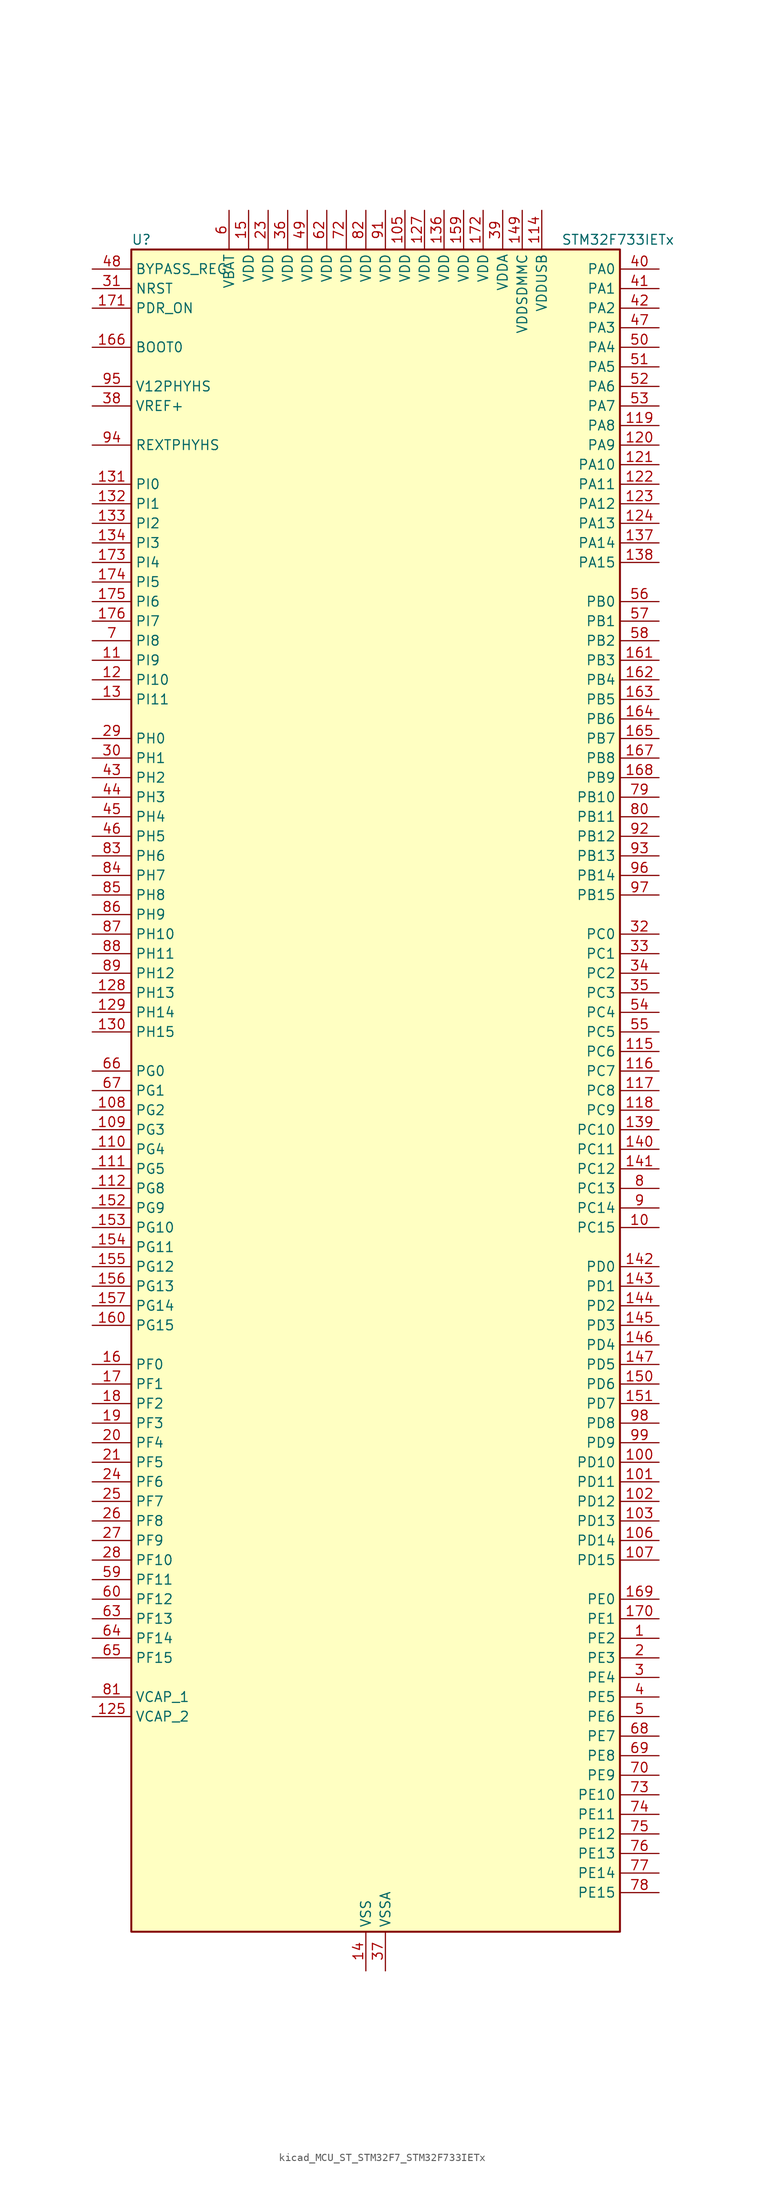
<source format=kicad_sym>
(kicad_symbol_lib
  (version 20220914)
  (generator kicad_symbol_editor)
  (symbol "kicad_MCU_ST_STM32F7_STM32F733IETx"
    (property "Reference" "U"
      (at -30.48 110.49 0)
      (effects (font (size 1.27 1.27)) (justify left)))
    (property "Value" "STM32F733IETx"
      (at 25.4 110.49 0)
      (effects (font (size 1.27 1.27)) (justify left)))
    (property "ki_locked" ""
      (at 0 0 0)
      (effects (font (size 1.27 1.27))))
    (symbol "kicad_MCU_ST_STM32F7_STM32F733IETx_0_1"
      (rectangle (start -30.48 -109.22) (end 33.02 109.22) (stroke (width 0.254) (type default)) (fill (type background))))
    (symbol "kicad_MCU_ST_STM32F7_STM32F733IETx_1_1"
      (pin bidirectional line (at 38.1 -71.12 180) (length 5.08) (name "PE2" (effects (font (size 1.27 1.27)))) (number "1" (effects (font (size 1.27 1.27)))) (alternate "FMC_A23" bidirectional line) (alternate "QUADSPI_BK1_IO2" bidirectional line) (alternate "SAI1_MCLK_A" bidirectional line) (alternate "SPI4_SCK" bidirectional line) (alternate "SYS_TRACECLK" bidirectional line))
      (pin bidirectional line (at 38.1 -17.78 180) (length 5.08) (name "PC15" (effects (font (size 1.27 1.27)))) (number "10" (effects (font (size 1.27 1.27)))) (alternate "RCC_OSC32_OUT" bidirectional line))
      (pin bidirectional line (at 38.1 -48.26 180) (length 5.08) (name "PD10" (effects (font (size 1.27 1.27)))) (number "100" (effects (font (size 1.27 1.27)))) (alternate "FMC_D15" bidirectional line) (alternate "FMC_DA15" bidirectional line) (alternate "USART3_CK" bidirectional line))
      (pin bidirectional line (at 38.1 -50.8 180) (length 5.08) (name "PD11" (effects (font (size 1.27 1.27)))) (number "101" (effects (font (size 1.27 1.27)))) (alternate "ADC1_EXTI11" bidirectional line) (alternate "ADC2_EXTI11" bidirectional line) (alternate "ADC3_EXTI11" bidirectional line) (alternate "FMC_A16" bidirectional line) (alternate "FMC_CLE" bidirectional line) (alternate "QUADSPI_BK1_IO0" bidirectional line) (alternate "SAI2_SD_A" bidirectional line) (alternate "USART3_CTS" bidirectional line))
      (pin bidirectional line (at 38.1 -53.34 180) (length 5.08) (name "PD12" (effects (font (size 1.27 1.27)))) (number "102" (effects (font (size 1.27 1.27)))) (alternate "FMC_A17" bidirectional line) (alternate "FMC_ALE" bidirectional line) (alternate "LPTIM1_IN1" bidirectional line) (alternate "QUADSPI_BK1_IO1" bidirectional line) (alternate "SAI2_FS_A" bidirectional line) (alternate "TIM4_CH1" bidirectional line) (alternate "USART3_DE" bidirectional line) (alternate "USART3_RTS" bidirectional line))
      (pin bidirectional line (at 38.1 -55.88 180) (length 5.08) (name "PD13" (effects (font (size 1.27 1.27)))) (number "103" (effects (font (size 1.27 1.27)))) (alternate "FMC_A18" bidirectional line) (alternate "LPTIM1_OUT" bidirectional line) (alternate "QUADSPI_BK1_IO3" bidirectional line) (alternate "SAI2_SCK_A" bidirectional line) (alternate "TIM4_CH2" bidirectional line))
      (pin passive line (at 0 -114.3 90) (length 5.08) hide (name "VSS" (effects (font (size 1.27 1.27)))) (number "104" (effects (font (size 1.27 1.27)))))
      (pin power_in line (at 5.08 114.3 270) (length 5.08) (name "VDD" (effects (font (size 1.27 1.27)))) (number "105" (effects (font (size 1.27 1.27)))))
      (pin bidirectional line (at 38.1 -58.42 180) (length 5.08) (name "PD14" (effects (font (size 1.27 1.27)))) (number "106" (effects (font (size 1.27 1.27)))) (alternate "FMC_D0" bidirectional line) (alternate "FMC_DA0" bidirectional line) (alternate "TIM4_CH3" bidirectional line) (alternate "UART8_CTS" bidirectional line))
      (pin bidirectional line (at 38.1 -60.96 180) (length 5.08) (name "PD15" (effects (font (size 1.27 1.27)))) (number "107" (effects (font (size 1.27 1.27)))) (alternate "FMC_D1" bidirectional line) (alternate "FMC_DA1" bidirectional line) (alternate "TIM4_CH4" bidirectional line) (alternate "UART8_DE" bidirectional line) (alternate "UART8_RTS" bidirectional line))
      (pin bidirectional line (at -35.56 -2.54 0) (length 5.08) (name "PG2" (effects (font (size 1.27 1.27)))) (number "108" (effects (font (size 1.27 1.27)))) (alternate "FMC_A12" bidirectional line))
      (pin bidirectional line (at -35.56 -5.08 0) (length 5.08) (name "PG3" (effects (font (size 1.27 1.27)))) (number "109" (effects (font (size 1.27 1.27)))) (alternate "FMC_A13" bidirectional line))
      (pin bidirectional line (at -35.56 55.88 0) (length 5.08) (name "PI9" (effects (font (size 1.27 1.27)))) (number "11" (effects (font (size 1.27 1.27)))) (alternate "CAN1_RX" bidirectional line) (alternate "DAC_EXTI9" bidirectional line) (alternate "FMC_D30" bidirectional line) (alternate "UART4_RX" bidirectional line))
      (pin bidirectional line (at -35.56 -7.62 0) (length 5.08) (name "PG4" (effects (font (size 1.27 1.27)))) (number "110" (effects (font (size 1.27 1.27)))) (alternate "FMC_A14" bidirectional line) (alternate "FMC_BA0" bidirectional line))
      (pin bidirectional line (at -35.56 -10.16 0) (length 5.08) (name "PG5" (effects (font (size 1.27 1.27)))) (number "111" (effects (font (size 1.27 1.27)))) (alternate "FMC_A15" bidirectional line) (alternate "FMC_BA1" bidirectional line))
      (pin bidirectional line (at -35.56 -12.7 0) (length 5.08) (name "PG8" (effects (font (size 1.27 1.27)))) (number "112" (effects (font (size 1.27 1.27)))) (alternate "FMC_SDCLK" bidirectional line) (alternate "USART6_DE" bidirectional line) (alternate "USART6_RTS" bidirectional line))
      (pin passive line (at 0 -114.3 90) (length 5.08) hide (name "VSS" (effects (font (size 1.27 1.27)))) (number "113" (effects (font (size 1.27 1.27)))))
      (pin power_in line (at 22.86 114.3 270) (length 5.08) (name "VDDUSB" (effects (font (size 1.27 1.27)))) (number "114" (effects (font (size 1.27 1.27)))))
      (pin bidirectional line (at 38.1 5.08 180) (length 5.08) (name "PC6" (effects (font (size 1.27 1.27)))) (number "115" (effects (font (size 1.27 1.27)))) (alternate "I2S2_MCK" bidirectional line) (alternate "SDMMC1_D6" bidirectional line) (alternate "SDMMC2_D6" bidirectional line) (alternate "TIM3_CH1" bidirectional line) (alternate "TIM8_CH1" bidirectional line) (alternate "USART6_TX" bidirectional line))
      (pin bidirectional line (at 38.1 2.54 180) (length 5.08) (name "PC7" (effects (font (size 1.27 1.27)))) (number "116" (effects (font (size 1.27 1.27)))) (alternate "I2S3_MCK" bidirectional line) (alternate "SDMMC1_D7" bidirectional line) (alternate "SDMMC2_D7" bidirectional line) (alternate "TIM3_CH2" bidirectional line) (alternate "TIM8_CH2" bidirectional line) (alternate "USART6_RX" bidirectional line))
      (pin bidirectional line (at 38.1 0 180) (length 5.08) (name "PC8" (effects (font (size 1.27 1.27)))) (number "117" (effects (font (size 1.27 1.27)))) (alternate "SDMMC1_D0" bidirectional line) (alternate "SYS_TRACED1" bidirectional line) (alternate "TIM3_CH3" bidirectional line) (alternate "TIM8_CH3" bidirectional line) (alternate "UART5_DE" bidirectional line) (alternate "UART5_RTS" bidirectional line) (alternate "USART6_CK" bidirectional line))
      (pin bidirectional line (at 38.1 -2.54 180) (length 5.08) (name "PC9" (effects (font (size 1.27 1.27)))) (number "118" (effects (font (size 1.27 1.27)))) (alternate "DAC_EXTI9" bidirectional line) (alternate "I2C3_SDA" bidirectional line) (alternate "I2S_CKIN" bidirectional line) (alternate "QUADSPI_BK1_IO0" bidirectional line) (alternate "RCC_MCO_2" bidirectional line) (alternate "SDMMC1_D1" bidirectional line) (alternate "TIM3_CH4" bidirectional line) (alternate "TIM8_CH4" bidirectional line) (alternate "UART5_CTS" bidirectional line))
      (pin bidirectional line (at 38.1 86.36 180) (length 5.08) (name "PA8" (effects (font (size 1.27 1.27)))) (number "119" (effects (font (size 1.27 1.27)))) (alternate "I2C3_SCL" bidirectional line) (alternate "RCC_MCO_1" bidirectional line) (alternate "TIM1_CH1" bidirectional line) (alternate "TIM8_BKIN2" bidirectional line) (alternate "USART1_CK" bidirectional line) (alternate "USB_OTG_FS_SOF" bidirectional line))
      (pin bidirectional line (at -35.56 53.34 0) (length 5.08) (name "PI10" (effects (font (size 1.27 1.27)))) (number "12" (effects (font (size 1.27 1.27)))) (alternate "FMC_D31" bidirectional line))
      (pin bidirectional line (at 38.1 83.82 180) (length 5.08) (name "PA9" (effects (font (size 1.27 1.27)))) (number "120" (effects (font (size 1.27 1.27)))) (alternate "DAC_EXTI9" bidirectional line) (alternate "I2C3_SMBA" bidirectional line) (alternate "I2S2_CK" bidirectional line) (alternate "SPI2_SCK" bidirectional line) (alternate "TIM1_CH2" bidirectional line) (alternate "USART1_TX" bidirectional line) (alternate "USB_OTG_FS_VBUS" bidirectional line))
      (pin bidirectional line (at 38.1 81.28 180) (length 5.08) (name "PA10" (effects (font (size 1.27 1.27)))) (number "121" (effects (font (size 1.27 1.27)))) (alternate "TIM1_CH3" bidirectional line) (alternate "USART1_RX" bidirectional line) (alternate "USB_OTG_FS_ID" bidirectional line))
      (pin bidirectional line (at 38.1 78.74 180) (length 5.08) (name "PA11" (effects (font (size 1.27 1.27)))) (number "122" (effects (font (size 1.27 1.27)))) (alternate "ADC1_EXTI11" bidirectional line) (alternate "ADC2_EXTI11" bidirectional line) (alternate "ADC3_EXTI11" bidirectional line) (alternate "CAN1_RX" bidirectional line) (alternate "TIM1_CH4" bidirectional line) (alternate "USART1_CTS" bidirectional line) (alternate "USB_OTG_FS_DM" bidirectional line))
      (pin bidirectional line (at 38.1 76.2 180) (length 5.08) (name "PA12" (effects (font (size 1.27 1.27)))) (number "123" (effects (font (size 1.27 1.27)))) (alternate "CAN1_TX" bidirectional line) (alternate "SAI2_FS_B" bidirectional line) (alternate "TIM1_ETR" bidirectional line) (alternate "USART1_DE" bidirectional line) (alternate "USART1_RTS" bidirectional line) (alternate "USB_OTG_FS_DP" bidirectional line))
      (pin bidirectional line (at 38.1 73.66 180) (length 5.08) (name "PA13" (effects (font (size 1.27 1.27)))) (number "124" (effects (font (size 1.27 1.27)))) (alternate "SYS_JTMS-SWDIO" bidirectional line))
      (pin power_out line (at -35.56 -81.28 0) (length 5.08) (name "VCAP_2" (effects (font (size 1.27 1.27)))) (number "125" (effects (font (size 1.27 1.27)))))
      (pin passive line (at 0 -114.3 90) (length 5.08) hide (name "VSS" (effects (font (size 1.27 1.27)))) (number "126" (effects (font (size 1.27 1.27)))))
      (pin power_in line (at 7.62 114.3 270) (length 5.08) (name "VDD" (effects (font (size 1.27 1.27)))) (number "127" (effects (font (size 1.27 1.27)))))
      (pin bidirectional line (at -35.56 12.7 0) (length 5.08) (name "PH13" (effects (font (size 1.27 1.27)))) (number "128" (effects (font (size 1.27 1.27)))) (alternate "CAN1_TX" bidirectional line) (alternate "FMC_D21" bidirectional line) (alternate "TIM8_CH1N" bidirectional line) (alternate "UART4_TX" bidirectional line))
      (pin bidirectional line (at -35.56 10.16 0) (length 5.08) (name "PH14" (effects (font (size 1.27 1.27)))) (number "129" (effects (font (size 1.27 1.27)))) (alternate "CAN1_RX" bidirectional line) (alternate "FMC_D22" bidirectional line) (alternate "TIM8_CH2N" bidirectional line) (alternate "UART4_RX" bidirectional line))
      (pin bidirectional line (at -35.56 50.8 0) (length 5.08) (name "PI11" (effects (font (size 1.27 1.27)))) (number "13" (effects (font (size 1.27 1.27)))) (alternate "ADC1_EXTI11" bidirectional line) (alternate "ADC2_EXTI11" bidirectional line) (alternate "ADC3_EXTI11" bidirectional line) (alternate "SYS_WKUP6" bidirectional line))
      (pin bidirectional line (at -35.56 7.62 0) (length 5.08) (name "PH15" (effects (font (size 1.27 1.27)))) (number "130" (effects (font (size 1.27 1.27)))) (alternate "FMC_D23" bidirectional line) (alternate "TIM8_CH3N" bidirectional line))
      (pin bidirectional line (at -35.56 78.74 0) (length 5.08) (name "PI0" (effects (font (size 1.27 1.27)))) (number "131" (effects (font (size 1.27 1.27)))) (alternate "FMC_D24" bidirectional line) (alternate "I2S2_WS" bidirectional line) (alternate "SPI2_NSS" bidirectional line) (alternate "TIM5_CH4" bidirectional line))
      (pin bidirectional line (at -35.56 76.2 0) (length 5.08) (name "PI1" (effects (font (size 1.27 1.27)))) (number "132" (effects (font (size 1.27 1.27)))) (alternate "FMC_D25" bidirectional line) (alternate "I2S2_CK" bidirectional line) (alternate "SPI2_SCK" bidirectional line) (alternate "TIM8_BKIN2" bidirectional line))
      (pin bidirectional line (at -35.56 73.66 0) (length 5.08) (name "PI2" (effects (font (size 1.27 1.27)))) (number "133" (effects (font (size 1.27 1.27)))) (alternate "FMC_D26" bidirectional line) (alternate "SPI2_MISO" bidirectional line) (alternate "TIM8_CH4" bidirectional line))
      (pin bidirectional line (at -35.56 71.12 0) (length 5.08) (name "PI3" (effects (font (size 1.27 1.27)))) (number "134" (effects (font (size 1.27 1.27)))) (alternate "FMC_D27" bidirectional line) (alternate "I2S2_SD" bidirectional line) (alternate "SPI2_MOSI" bidirectional line) (alternate "TIM8_ETR" bidirectional line))
      (pin passive line (at 0 -114.3 90) (length 5.08) hide (name "VSS" (effects (font (size 1.27 1.27)))) (number "135" (effects (font (size 1.27 1.27)))))
      (pin power_in line (at 10.16 114.3 270) (length 5.08) (name "VDD" (effects (font (size 1.27 1.27)))) (number "136" (effects (font (size 1.27 1.27)))))
      (pin bidirectional line (at 38.1 71.12 180) (length 5.08) (name "PA14" (effects (font (size 1.27 1.27)))) (number "137" (effects (font (size 1.27 1.27)))) (alternate "SYS_JTCK-SWCLK" bidirectional line))
      (pin bidirectional line (at 38.1 68.58 180) (length 5.08) (name "PA15" (effects (font (size 1.27 1.27)))) (number "138" (effects (font (size 1.27 1.27)))) (alternate "I2S1_WS" bidirectional line) (alternate "I2S3_WS" bidirectional line) (alternate "SPI1_NSS" bidirectional line) (alternate "SPI3_NSS" bidirectional line) (alternate "SYS_JTDI" bidirectional line) (alternate "TIM2_CH1" bidirectional line) (alternate "TIM2_ETR" bidirectional line) (alternate "UART4_DE" bidirectional line) (alternate "UART4_RTS" bidirectional line))
      (pin bidirectional line (at 38.1 -5.08 180) (length 5.08) (name "PC10" (effects (font (size 1.27 1.27)))) (number "139" (effects (font (size 1.27 1.27)))) (alternate "I2S3_CK" bidirectional line) (alternate "QUADSPI_BK1_IO1" bidirectional line) (alternate "SDMMC1_D2" bidirectional line) (alternate "SPI3_SCK" bidirectional line) (alternate "UART4_TX" bidirectional line) (alternate "USART3_TX" bidirectional line))
      (pin power_in line (at 0 -114.3 90) (length 5.08) (name "VSS" (effects (font (size 1.27 1.27)))) (number "14" (effects (font (size 1.27 1.27)))))
      (pin bidirectional line (at 38.1 -7.62 180) (length 5.08) (name "PC11" (effects (font (size 1.27 1.27)))) (number "140" (effects (font (size 1.27 1.27)))) (alternate "ADC1_EXTI11" bidirectional line) (alternate "ADC2_EXTI11" bidirectional line) (alternate "ADC3_EXTI11" bidirectional line) (alternate "QUADSPI_BK2_NCS" bidirectional line) (alternate "SDMMC1_D3" bidirectional line) (alternate "SPI3_MISO" bidirectional line) (alternate "UART4_RX" bidirectional line) (alternate "USART3_RX" bidirectional line))
      (pin bidirectional line (at 38.1 -10.16 180) (length 5.08) (name "PC12" (effects (font (size 1.27 1.27)))) (number "141" (effects (font (size 1.27 1.27)))) (alternate "I2S3_SD" bidirectional line) (alternate "SDMMC1_CK" bidirectional line) (alternate "SPI3_MOSI" bidirectional line) (alternate "SYS_TRACED3" bidirectional line) (alternate "UART5_TX" bidirectional line) (alternate "USART3_CK" bidirectional line))
      (pin bidirectional line (at 38.1 -22.86 180) (length 5.08) (name "PD0" (effects (font (size 1.27 1.27)))) (number "142" (effects (font (size 1.27 1.27)))) (alternate "CAN1_RX" bidirectional line) (alternate "FMC_D2" bidirectional line) (alternate "FMC_DA2" bidirectional line))
      (pin bidirectional line (at 38.1 -25.4 180) (length 5.08) (name "PD1" (effects (font (size 1.27 1.27)))) (number "143" (effects (font (size 1.27 1.27)))) (alternate "CAN1_TX" bidirectional line) (alternate "FMC_D3" bidirectional line) (alternate "FMC_DA3" bidirectional line))
      (pin bidirectional line (at 38.1 -27.94 180) (length 5.08) (name "PD2" (effects (font (size 1.27 1.27)))) (number "144" (effects (font (size 1.27 1.27)))) (alternate "SDMMC1_CMD" bidirectional line) (alternate "SYS_TRACED2" bidirectional line) (alternate "TIM3_ETR" bidirectional line) (alternate "UART5_RX" bidirectional line))
      (pin bidirectional line (at 38.1 -30.48 180) (length 5.08) (name "PD3" (effects (font (size 1.27 1.27)))) (number "145" (effects (font (size 1.27 1.27)))) (alternate "FMC_CLK" bidirectional line) (alternate "I2S2_CK" bidirectional line) (alternate "SPI2_SCK" bidirectional line) (alternate "USART2_CTS" bidirectional line))
      (pin bidirectional line (at 38.1 -33.02 180) (length 5.08) (name "PD4" (effects (font (size 1.27 1.27)))) (number "146" (effects (font (size 1.27 1.27)))) (alternate "FMC_NOE" bidirectional line) (alternate "USART2_DE" bidirectional line) (alternate "USART2_RTS" bidirectional line))
      (pin bidirectional line (at 38.1 -35.56 180) (length 5.08) (name "PD5" (effects (font (size 1.27 1.27)))) (number "147" (effects (font (size 1.27 1.27)))) (alternate "FMC_NWE" bidirectional line) (alternate "USART2_TX" bidirectional line))
      (pin passive line (at 0 -114.3 90) (length 5.08) hide (name "VSS" (effects (font (size 1.27 1.27)))) (number "148" (effects (font (size 1.27 1.27)))))
      (pin power_in line (at 20.32 114.3 270) (length 5.08) (name "VDDSDMMC" (effects (font (size 1.27 1.27)))) (number "149" (effects (font (size 1.27 1.27)))))
      (pin power_in line (at -15.24 114.3 270) (length 5.08) (name "VDD" (effects (font (size 1.27 1.27)))) (number "15" (effects (font (size 1.27 1.27)))))
      (pin bidirectional line (at 38.1 -38.1 180) (length 5.08) (name "PD6" (effects (font (size 1.27 1.27)))) (number "150" (effects (font (size 1.27 1.27)))) (alternate "FMC_NWAIT" bidirectional line) (alternate "I2S3_SD" bidirectional line) (alternate "SAI1_SD_A" bidirectional line) (alternate "SDMMC2_CK" bidirectional line) (alternate "SPI3_MOSI" bidirectional line) (alternate "USART2_RX" bidirectional line))
      (pin bidirectional line (at 38.1 -40.64 180) (length 5.08) (name "PD7" (effects (font (size 1.27 1.27)))) (number "151" (effects (font (size 1.27 1.27)))) (alternate "FMC_NE1" bidirectional line) (alternate "SDMMC2_CMD" bidirectional line) (alternate "USART2_CK" bidirectional line))
      (pin bidirectional line (at -35.56 -15.24 0) (length 5.08) (name "PG9" (effects (font (size 1.27 1.27)))) (number "152" (effects (font (size 1.27 1.27)))) (alternate "DAC_EXTI9" bidirectional line) (alternate "FMC_NCE" bidirectional line) (alternate "FMC_NE2" bidirectional line) (alternate "QUADSPI_BK2_IO2" bidirectional line) (alternate "SAI2_FS_B" bidirectional line) (alternate "SDMMC2_D0" bidirectional line) (alternate "USART6_RX" bidirectional line))
      (pin bidirectional line (at -35.56 -17.78 0) (length 5.08) (name "PG10" (effects (font (size 1.27 1.27)))) (number "153" (effects (font (size 1.27 1.27)))) (alternate "FMC_NE3" bidirectional line) (alternate "SAI2_SD_B" bidirectional line) (alternate "SDMMC2_D1" bidirectional line))
      (pin bidirectional line (at -35.56 -20.32 0) (length 5.08) (name "PG11" (effects (font (size 1.27 1.27)))) (number "154" (effects (font (size 1.27 1.27)))) (alternate "ADC1_EXTI11" bidirectional line) (alternate "ADC2_EXTI11" bidirectional line) (alternate "ADC3_EXTI11" bidirectional line) (alternate "FMC_INT" bidirectional line) (alternate "SDMMC2_D2" bidirectional line))
      (pin bidirectional line (at -35.56 -22.86 0) (length 5.08) (name "PG12" (effects (font (size 1.27 1.27)))) (number "155" (effects (font (size 1.27 1.27)))) (alternate "FMC_NE4" bidirectional line) (alternate "LPTIM1_IN1" bidirectional line) (alternate "SDMMC2_D3" bidirectional line) (alternate "USART6_DE" bidirectional line) (alternate "USART6_RTS" bidirectional line))
      (pin bidirectional line (at -35.56 -25.4 0) (length 5.08) (name "PG13" (effects (font (size 1.27 1.27)))) (number "156" (effects (font (size 1.27 1.27)))) (alternate "FMC_A24" bidirectional line) (alternate "LPTIM1_OUT" bidirectional line) (alternate "SYS_TRACED0" bidirectional line) (alternate "USART6_CTS" bidirectional line))
      (pin bidirectional line (at -35.56 -27.94 0) (length 5.08) (name "PG14" (effects (font (size 1.27 1.27)))) (number "157" (effects (font (size 1.27 1.27)))) (alternate "FMC_A25" bidirectional line) (alternate "LPTIM1_ETR" bidirectional line) (alternate "QUADSPI_BK2_IO3" bidirectional line) (alternate "SYS_TRACED1" bidirectional line) (alternate "USART6_TX" bidirectional line))
      (pin passive line (at 0 -114.3 90) (length 5.08) hide (name "VSS" (effects (font (size 1.27 1.27)))) (number "158" (effects (font (size 1.27 1.27)))))
      (pin power_in line (at 12.7 114.3 270) (length 5.08) (name "VDD" (effects (font (size 1.27 1.27)))) (number "159" (effects (font (size 1.27 1.27)))))
      (pin bidirectional line (at -35.56 -35.56 0) (length 5.08) (name "PF0" (effects (font (size 1.27 1.27)))) (number "16" (effects (font (size 1.27 1.27)))) (alternate "FMC_A0" bidirectional line) (alternate "I2C2_SDA" bidirectional line))
      (pin bidirectional line (at -35.56 -30.48 0) (length 5.08) (name "PG15" (effects (font (size 1.27 1.27)))) (number "160" (effects (font (size 1.27 1.27)))) (alternate "FMC_SDNCAS" bidirectional line) (alternate "USART6_CTS" bidirectional line))
      (pin bidirectional line (at 38.1 55.88 180) (length 5.08) (name "PB3" (effects (font (size 1.27 1.27)))) (number "161" (effects (font (size 1.27 1.27)))) (alternate "I2S1_CK" bidirectional line) (alternate "I2S3_CK" bidirectional line) (alternate "SDMMC2_D2" bidirectional line) (alternate "SPI1_SCK" bidirectional line) (alternate "SPI3_SCK" bidirectional line) (alternate "SYS_JTDO-SWO" bidirectional line) (alternate "TIM2_CH2" bidirectional line))
      (pin bidirectional line (at 38.1 53.34 180) (length 5.08) (name "PB4" (effects (font (size 1.27 1.27)))) (number "162" (effects (font (size 1.27 1.27)))) (alternate "I2S2_WS" bidirectional line) (alternate "SDMMC2_D3" bidirectional line) (alternate "SPI1_MISO" bidirectional line) (alternate "SPI2_NSS" bidirectional line) (alternate "SPI3_MISO" bidirectional line) (alternate "SYS_JTRST" bidirectional line) (alternate "TIM3_CH1" bidirectional line))
      (pin bidirectional line (at 38.1 50.8 180) (length 5.08) (name "PB5" (effects (font (size 1.27 1.27)))) (number "163" (effects (font (size 1.27 1.27)))) (alternate "FMC_SDCKE1" bidirectional line) (alternate "I2C1_SMBA" bidirectional line) (alternate "I2S1_SD" bidirectional line) (alternate "I2S3_SD" bidirectional line) (alternate "SPI1_MOSI" bidirectional line) (alternate "SPI3_MOSI" bidirectional line) (alternate "TIM3_CH2" bidirectional line))
      (pin bidirectional line (at 38.1 48.26 180) (length 5.08) (name "PB6" (effects (font (size 1.27 1.27)))) (number "164" (effects (font (size 1.27 1.27)))) (alternate "FMC_SDNE1" bidirectional line) (alternate "I2C1_SCL" bidirectional line) (alternate "QUADSPI_BK1_NCS" bidirectional line) (alternate "TIM4_CH1" bidirectional line) (alternate "USART1_TX" bidirectional line))
      (pin bidirectional line (at 38.1 45.72 180) (length 5.08) (name "PB7" (effects (font (size 1.27 1.27)))) (number "165" (effects (font (size 1.27 1.27)))) (alternate "FMC_NL" bidirectional line) (alternate "I2C1_SDA" bidirectional line) (alternate "TIM4_CH2" bidirectional line) (alternate "USART1_RX" bidirectional line))
      (pin input line (at -35.56 96.52 0) (length 5.08) (name "BOOT0" (effects (font (size 1.27 1.27)))) (number "166" (effects (font (size 1.27 1.27)))))
      (pin bidirectional line (at 38.1 43.18 180) (length 5.08) (name "PB8" (effects (font (size 1.27 1.27)))) (number "167" (effects (font (size 1.27 1.27)))) (alternate "CAN1_RX" bidirectional line) (alternate "I2C1_SCL" bidirectional line) (alternate "SDMMC1_D4" bidirectional line) (alternate "SDMMC2_D4" bidirectional line) (alternate "TIM10_CH1" bidirectional line) (alternate "TIM4_CH3" bidirectional line))
      (pin bidirectional line (at 38.1 40.64 180) (length 5.08) (name "PB9" (effects (font (size 1.27 1.27)))) (number "168" (effects (font (size 1.27 1.27)))) (alternate "CAN1_TX" bidirectional line) (alternate "DAC_EXTI9" bidirectional line) (alternate "I2C1_SDA" bidirectional line) (alternate "I2S2_WS" bidirectional line) (alternate "SDMMC1_D5" bidirectional line) (alternate "SDMMC2_D5" bidirectional line) (alternate "SPI2_NSS" bidirectional line) (alternate "TIM11_CH1" bidirectional line) (alternate "TIM4_CH4" bidirectional line))
      (pin bidirectional line (at 38.1 -66.04 180) (length 5.08) (name "PE0" (effects (font (size 1.27 1.27)))) (number "169" (effects (font (size 1.27 1.27)))) (alternate "FMC_NBL0" bidirectional line) (alternate "LPTIM1_ETR" bidirectional line) (alternate "SAI2_MCLK_A" bidirectional line) (alternate "TIM4_ETR" bidirectional line) (alternate "UART8_RX" bidirectional line))
      (pin bidirectional line (at -35.56 -38.1 0) (length 5.08) (name "PF1" (effects (font (size 1.27 1.27)))) (number "17" (effects (font (size 1.27 1.27)))) (alternate "FMC_A1" bidirectional line) (alternate "I2C2_SCL" bidirectional line))
      (pin bidirectional line (at 38.1 -68.58 180) (length 5.08) (name "PE1" (effects (font (size 1.27 1.27)))) (number "170" (effects (font (size 1.27 1.27)))) (alternate "FMC_NBL1" bidirectional line) (alternate "LPTIM1_IN2" bidirectional line) (alternate "UART8_TX" bidirectional line))
      (pin input line (at -35.56 101.6 0) (length 5.08) (name "PDR_ON" (effects (font (size 1.27 1.27)))) (number "171" (effects (font (size 1.27 1.27)))))
      (pin power_in line (at 15.24 114.3 270) (length 5.08) (name "VDD" (effects (font (size 1.27 1.27)))) (number "172" (effects (font (size 1.27 1.27)))))
      (pin bidirectional line (at -35.56 68.58 0) (length 5.08) (name "PI4" (effects (font (size 1.27 1.27)))) (number "173" (effects (font (size 1.27 1.27)))) (alternate "FMC_NBL2" bidirectional line) (alternate "SAI2_MCLK_A" bidirectional line) (alternate "TIM8_BKIN" bidirectional line))
      (pin bidirectional line (at -35.56 66.04 0) (length 5.08) (name "PI5" (effects (font (size 1.27 1.27)))) (number "174" (effects (font (size 1.27 1.27)))) (alternate "FMC_NBL3" bidirectional line) (alternate "SAI2_SCK_A" bidirectional line) (alternate "TIM8_CH1" bidirectional line))
      (pin bidirectional line (at -35.56 63.5 0) (length 5.08) (name "PI6" (effects (font (size 1.27 1.27)))) (number "175" (effects (font (size 1.27 1.27)))) (alternate "FMC_D28" bidirectional line) (alternate "SAI2_SD_A" bidirectional line) (alternate "TIM8_CH2" bidirectional line))
      (pin bidirectional line (at -35.56 60.96 0) (length 5.08) (name "PI7" (effects (font (size 1.27 1.27)))) (number "176" (effects (font (size 1.27 1.27)))) (alternate "FMC_D29" bidirectional line) (alternate "SAI2_FS_A" bidirectional line) (alternate "TIM8_CH3" bidirectional line))
      (pin bidirectional line (at -35.56 -40.64 0) (length 5.08) (name "PF2" (effects (font (size 1.27 1.27)))) (number "18" (effects (font (size 1.27 1.27)))) (alternate "FMC_A2" bidirectional line) (alternate "I2C2_SMBA" bidirectional line))
      (pin bidirectional line (at -35.56 -43.18 0) (length 5.08) (name "PF3" (effects (font (size 1.27 1.27)))) (number "19" (effects (font (size 1.27 1.27)))) (alternate "ADC3_IN9" bidirectional line) (alternate "FMC_A3" bidirectional line))
      (pin bidirectional line (at 38.1 -73.66 180) (length 5.08) (name "PE3" (effects (font (size 1.27 1.27)))) (number "2" (effects (font (size 1.27 1.27)))) (alternate "FMC_A19" bidirectional line) (alternate "SAI1_SD_B" bidirectional line) (alternate "SYS_TRACED0" bidirectional line))
      (pin bidirectional line (at -35.56 -45.72 0) (length 5.08) (name "PF4" (effects (font (size 1.27 1.27)))) (number "20" (effects (font (size 1.27 1.27)))) (alternate "ADC3_IN14" bidirectional line) (alternate "FMC_A4" bidirectional line))
      (pin bidirectional line (at -35.56 -48.26 0) (length 5.08) (name "PF5" (effects (font (size 1.27 1.27)))) (number "21" (effects (font (size 1.27 1.27)))) (alternate "ADC3_IN15" bidirectional line) (alternate "FMC_A5" bidirectional line))
      (pin passive line (at 0 -114.3 90) (length 5.08) hide (name "VSS" (effects (font (size 1.27 1.27)))) (number "22" (effects (font (size 1.27 1.27)))))
      (pin power_in line (at -12.7 114.3 270) (length 5.08) (name "VDD" (effects (font (size 1.27 1.27)))) (number "23" (effects (font (size 1.27 1.27)))))
      (pin bidirectional line (at -35.56 -50.8 0) (length 5.08) (name "PF6" (effects (font (size 1.27 1.27)))) (number "24" (effects (font (size 1.27 1.27)))) (alternate "ADC3_IN4" bidirectional line) (alternate "QUADSPI_BK1_IO3" bidirectional line) (alternate "SAI1_SD_B" bidirectional line) (alternate "SPI5_NSS" bidirectional line) (alternate "TIM10_CH1" bidirectional line) (alternate "UART7_RX" bidirectional line))
      (pin bidirectional line (at -35.56 -53.34 0) (length 5.08) (name "PF7" (effects (font (size 1.27 1.27)))) (number "25" (effects (font (size 1.27 1.27)))) (alternate "ADC3_IN5" bidirectional line) (alternate "QUADSPI_BK1_IO2" bidirectional line) (alternate "SAI1_MCLK_B" bidirectional line) (alternate "SPI5_SCK" bidirectional line) (alternate "TIM11_CH1" bidirectional line) (alternate "UART7_TX" bidirectional line))
      (pin bidirectional line (at -35.56 -55.88 0) (length 5.08) (name "PF8" (effects (font (size 1.27 1.27)))) (number "26" (effects (font (size 1.27 1.27)))) (alternate "ADC3_IN6" bidirectional line) (alternate "QUADSPI_BK1_IO0" bidirectional line) (alternate "SAI1_SCK_B" bidirectional line) (alternate "SPI5_MISO" bidirectional line) (alternate "TIM13_CH1" bidirectional line) (alternate "UART7_DE" bidirectional line) (alternate "UART7_RTS" bidirectional line))
      (pin bidirectional line (at -35.56 -58.42 0) (length 5.08) (name "PF9" (effects (font (size 1.27 1.27)))) (number "27" (effects (font (size 1.27 1.27)))) (alternate "ADC3_IN7" bidirectional line) (alternate "DAC_EXTI9" bidirectional line) (alternate "QUADSPI_BK1_IO1" bidirectional line) (alternate "SAI1_FS_B" bidirectional line) (alternate "SPI5_MOSI" bidirectional line) (alternate "TIM14_CH1" bidirectional line) (alternate "UART7_CTS" bidirectional line))
      (pin bidirectional line (at -35.56 -60.96 0) (length 5.08) (name "PF10" (effects (font (size 1.27 1.27)))) (number "28" (effects (font (size 1.27 1.27)))) (alternate "ADC3_IN8" bidirectional line))
      (pin bidirectional line (at -35.56 45.72 0) (length 5.08) (name "PH0" (effects (font (size 1.27 1.27)))) (number "29" (effects (font (size 1.27 1.27)))) (alternate "RCC_OSC_IN" bidirectional line))
      (pin bidirectional line (at 38.1 -76.2 180) (length 5.08) (name "PE4" (effects (font (size 1.27 1.27)))) (number "3" (effects (font (size 1.27 1.27)))) (alternate "FMC_A20" bidirectional line) (alternate "SAI1_FS_A" bidirectional line) (alternate "SPI4_NSS" bidirectional line) (alternate "SYS_TRACED1" bidirectional line))
      (pin bidirectional line (at -35.56 43.18 0) (length 5.08) (name "PH1" (effects (font (size 1.27 1.27)))) (number "30" (effects (font (size 1.27 1.27)))) (alternate "RCC_OSC_OUT" bidirectional line))
      (pin input line (at -35.56 104.14 0) (length 5.08) (name "NRST" (effects (font (size 1.27 1.27)))) (number "31" (effects (font (size 1.27 1.27)))))
      (pin bidirectional line (at 38.1 20.32 180) (length 5.08) (name "PC0" (effects (font (size 1.27 1.27)))) (number "32" (effects (font (size 1.27 1.27)))) (alternate "ADC1_IN10" bidirectional line) (alternate "ADC2_IN10" bidirectional line) (alternate "ADC3_IN10" bidirectional line) (alternate "FMC_SDNWE" bidirectional line) (alternate "SAI2_FS_B" bidirectional line))
      (pin bidirectional line (at 38.1 17.78 180) (length 5.08) (name "PC1" (effects (font (size 1.27 1.27)))) (number "33" (effects (font (size 1.27 1.27)))) (alternate "ADC1_IN11" bidirectional line) (alternate "ADC2_IN11" bidirectional line) (alternate "ADC3_IN11" bidirectional line) (alternate "I2S2_SD" bidirectional line) (alternate "RTC_TAMP3" bidirectional line) (alternate "RTC_TS" bidirectional line) (alternate "SAI1_SD_A" bidirectional line) (alternate "SPI2_MOSI" bidirectional line) (alternate "SYS_TRACED0" bidirectional line) (alternate "SYS_WKUP3" bidirectional line))
      (pin bidirectional line (at 38.1 15.24 180) (length 5.08) (name "PC2" (effects (font (size 1.27 1.27)))) (number "34" (effects (font (size 1.27 1.27)))) (alternate "ADC1_IN12" bidirectional line) (alternate "ADC2_IN12" bidirectional line) (alternate "ADC3_IN12" bidirectional line) (alternate "FMC_SDNE0" bidirectional line) (alternate "SPI2_MISO" bidirectional line))
      (pin bidirectional line (at 38.1 12.7 180) (length 5.08) (name "PC3" (effects (font (size 1.27 1.27)))) (number "35" (effects (font (size 1.27 1.27)))) (alternate "ADC1_IN13" bidirectional line) (alternate "ADC2_IN13" bidirectional line) (alternate "ADC3_IN13" bidirectional line) (alternate "FMC_SDCKE0" bidirectional line) (alternate "I2S2_SD" bidirectional line) (alternate "SPI2_MOSI" bidirectional line))
      (pin power_in line (at -10.16 114.3 270) (length 5.08) (name "VDD" (effects (font (size 1.27 1.27)))) (number "36" (effects (font (size 1.27 1.27)))))
      (pin power_in line (at 2.54 -114.3 90) (length 5.08) (name "VSSA" (effects (font (size 1.27 1.27)))) (number "37" (effects (font (size 1.27 1.27)))))
      (pin input line (at -35.56 88.9 0) (length 5.08) (name "VREF+" (effects (font (size 1.27 1.27)))) (number "38" (effects (font (size 1.27 1.27)))))
      (pin power_in line (at 17.78 114.3 270) (length 5.08) (name "VDDA" (effects (font (size 1.27 1.27)))) (number "39" (effects (font (size 1.27 1.27)))))
      (pin bidirectional line (at 38.1 -78.74 180) (length 5.08) (name "PE5" (effects (font (size 1.27 1.27)))) (number "4" (effects (font (size 1.27 1.27)))) (alternate "FMC_A21" bidirectional line) (alternate "SAI1_SCK_A" bidirectional line) (alternate "SPI4_MISO" bidirectional line) (alternate "SYS_TRACED2" bidirectional line) (alternate "TIM9_CH1" bidirectional line))
      (pin bidirectional line (at 38.1 106.68 180) (length 5.08) (name "PA0" (effects (font (size 1.27 1.27)))) (number "40" (effects (font (size 1.27 1.27)))) (alternate "ADC1_IN0" bidirectional line) (alternate "ADC2_IN0" bidirectional line) (alternate "ADC3_IN0" bidirectional line) (alternate "SAI2_SD_B" bidirectional line) (alternate "SYS_WKUP1" bidirectional line) (alternate "TIM2_CH1" bidirectional line) (alternate "TIM2_ETR" bidirectional line) (alternate "TIM5_CH1" bidirectional line) (alternate "TIM8_ETR" bidirectional line) (alternate "UART4_TX" bidirectional line) (alternate "USART2_CTS" bidirectional line))
      (pin bidirectional line (at 38.1 104.14 180) (length 5.08) (name "PA1" (effects (font (size 1.27 1.27)))) (number "41" (effects (font (size 1.27 1.27)))) (alternate "ADC1_IN1" bidirectional line) (alternate "ADC2_IN1" bidirectional line) (alternate "ADC3_IN1" bidirectional line) (alternate "QUADSPI_BK1_IO3" bidirectional line) (alternate "SAI2_MCLK_B" bidirectional line) (alternate "TIM2_CH2" bidirectional line) (alternate "TIM5_CH2" bidirectional line) (alternate "UART4_RX" bidirectional line) (alternate "USART2_DE" bidirectional line) (alternate "USART2_RTS" bidirectional line))
      (pin bidirectional line (at 38.1 101.6 180) (length 5.08) (name "PA2" (effects (font (size 1.27 1.27)))) (number "42" (effects (font (size 1.27 1.27)))) (alternate "ADC1_IN2" bidirectional line) (alternate "ADC2_IN2" bidirectional line) (alternate "ADC3_IN2" bidirectional line) (alternate "SAI2_SCK_B" bidirectional line) (alternate "SYS_WKUP2" bidirectional line) (alternate "TIM2_CH3" bidirectional line) (alternate "TIM5_CH3" bidirectional line) (alternate "TIM9_CH1" bidirectional line) (alternate "USART2_TX" bidirectional line))
      (pin bidirectional line (at -35.56 40.64 0) (length 5.08) (name "PH2" (effects (font (size 1.27 1.27)))) (number "43" (effects (font (size 1.27 1.27)))) (alternate "FMC_SDCKE0" bidirectional line) (alternate "LPTIM1_IN2" bidirectional line) (alternate "QUADSPI_BK2_IO0" bidirectional line) (alternate "SAI2_SCK_B" bidirectional line))
      (pin bidirectional line (at -35.56 38.1 0) (length 5.08) (name "PH3" (effects (font (size 1.27 1.27)))) (number "44" (effects (font (size 1.27 1.27)))) (alternate "FMC_SDNE0" bidirectional line) (alternate "QUADSPI_BK2_IO1" bidirectional line) (alternate "SAI2_MCLK_B" bidirectional line))
      (pin bidirectional line (at -35.56 35.56 0) (length 5.08) (name "PH4" (effects (font (size 1.27 1.27)))) (number "45" (effects (font (size 1.27 1.27)))) (alternate "I2C2_SCL" bidirectional line))
      (pin bidirectional line (at -35.56 33.02 0) (length 5.08) (name "PH5" (effects (font (size 1.27 1.27)))) (number "46" (effects (font (size 1.27 1.27)))) (alternate "FMC_SDNWE" bidirectional line) (alternate "I2C2_SDA" bidirectional line) (alternate "SPI5_NSS" bidirectional line))
      (pin bidirectional line (at 38.1 99.06 180) (length 5.08) (name "PA3" (effects (font (size 1.27 1.27)))) (number "47" (effects (font (size 1.27 1.27)))) (alternate "ADC1_IN3" bidirectional line) (alternate "ADC2_IN3" bidirectional line) (alternate "ADC3_IN3" bidirectional line) (alternate "TIM2_CH4" bidirectional line) (alternate "TIM5_CH4" bidirectional line) (alternate "TIM9_CH2" bidirectional line) (alternate "USART2_RX" bidirectional line))
      (pin input line (at -35.56 106.68 0) (length 5.08) (name "BYPASS_REG" (effects (font (size 1.27 1.27)))) (number "48" (effects (font (size 1.27 1.27)))))
      (pin power_in line (at -7.62 114.3 270) (length 5.08) (name "VDD" (effects (font (size 1.27 1.27)))) (number "49" (effects (font (size 1.27 1.27)))))
      (pin bidirectional line (at 38.1 -81.28 180) (length 5.08) (name "PE6" (effects (font (size 1.27 1.27)))) (number "5" (effects (font (size 1.27 1.27)))) (alternate "FMC_A22" bidirectional line) (alternate "SAI1_SD_A" bidirectional line) (alternate "SAI2_MCLK_B" bidirectional line) (alternate "SPI4_MOSI" bidirectional line) (alternate "SYS_TRACED3" bidirectional line) (alternate "TIM1_BKIN2" bidirectional line) (alternate "TIM9_CH2" bidirectional line))
      (pin bidirectional line (at 38.1 96.52 180) (length 5.08) (name "PA4" (effects (font (size 1.27 1.27)))) (number "50" (effects (font (size 1.27 1.27)))) (alternate "ADC1_IN4" bidirectional line) (alternate "ADC2_IN4" bidirectional line) (alternate "DAC_OUT1" bidirectional line) (alternate "I2S1_WS" bidirectional line) (alternate "I2S3_WS" bidirectional line) (alternate "SPI1_NSS" bidirectional line) (alternate "SPI3_NSS" bidirectional line) (alternate "USART2_CK" bidirectional line) (alternate "USB_OTG_HS_SOF" bidirectional line))
      (pin bidirectional line (at 38.1 93.98 180) (length 5.08) (name "PA5" (effects (font (size 1.27 1.27)))) (number "51" (effects (font (size 1.27 1.27)))) (alternate "ADC1_IN5" bidirectional line) (alternate "ADC2_IN5" bidirectional line) (alternate "DAC_OUT2" bidirectional line) (alternate "I2S1_CK" bidirectional line) (alternate "SPI1_SCK" bidirectional line) (alternate "TIM2_CH1" bidirectional line) (alternate "TIM2_ETR" bidirectional line) (alternate "TIM8_CH1N" bidirectional line))
      (pin bidirectional line (at 38.1 91.44 180) (length 5.08) (name "PA6" (effects (font (size 1.27 1.27)))) (number "52" (effects (font (size 1.27 1.27)))) (alternate "ADC1_IN6" bidirectional line) (alternate "ADC2_IN6" bidirectional line) (alternate "SPI1_MISO" bidirectional line) (alternate "TIM13_CH1" bidirectional line) (alternate "TIM1_BKIN" bidirectional line) (alternate "TIM3_CH1" bidirectional line) (alternate "TIM8_BKIN" bidirectional line))
      (pin bidirectional line (at 38.1 88.9 180) (length 5.08) (name "PA7" (effects (font (size 1.27 1.27)))) (number "53" (effects (font (size 1.27 1.27)))) (alternate "ADC1_IN7" bidirectional line) (alternate "ADC2_IN7" bidirectional line) (alternate "FMC_SDNWE" bidirectional line) (alternate "I2S1_SD" bidirectional line) (alternate "SPI1_MOSI" bidirectional line) (alternate "TIM14_CH1" bidirectional line) (alternate "TIM1_CH1N" bidirectional line) (alternate "TIM3_CH2" bidirectional line) (alternate "TIM8_CH1N" bidirectional line))
      (pin bidirectional line (at 38.1 10.16 180) (length 5.08) (name "PC4" (effects (font (size 1.27 1.27)))) (number "54" (effects (font (size 1.27 1.27)))) (alternate "ADC1_IN14" bidirectional line) (alternate "ADC2_IN14" bidirectional line) (alternate "FMC_SDNE0" bidirectional line) (alternate "I2S1_MCK" bidirectional line))
      (pin bidirectional line (at 38.1 7.62 180) (length 5.08) (name "PC5" (effects (font (size 1.27 1.27)))) (number "55" (effects (font (size 1.27 1.27)))) (alternate "ADC1_IN15" bidirectional line) (alternate "ADC2_IN15" bidirectional line) (alternate "FMC_SDCKE0" bidirectional line))
      (pin bidirectional line (at 38.1 63.5 180) (length 5.08) (name "PB0" (effects (font (size 1.27 1.27)))) (number "56" (effects (font (size 1.27 1.27)))) (alternate "ADC1_IN8" bidirectional line) (alternate "ADC2_IN8" bidirectional line) (alternate "TIM1_CH2N" bidirectional line) (alternate "TIM3_CH3" bidirectional line) (alternate "TIM8_CH2N" bidirectional line) (alternate "UART4_CTS" bidirectional line))
      (pin bidirectional line (at 38.1 60.96 180) (length 5.08) (name "PB1" (effects (font (size 1.27 1.27)))) (number "57" (effects (font (size 1.27 1.27)))) (alternate "ADC1_IN9" bidirectional line) (alternate "ADC2_IN9" bidirectional line) (alternate "TIM1_CH3N" bidirectional line) (alternate "TIM3_CH4" bidirectional line) (alternate "TIM8_CH3N" bidirectional line))
      (pin bidirectional line (at 38.1 58.42 180) (length 5.08) (name "PB2" (effects (font (size 1.27 1.27)))) (number "58" (effects (font (size 1.27 1.27)))) (alternate "I2S3_SD" bidirectional line) (alternate "QUADSPI_CLK" bidirectional line) (alternate "SAI1_SD_A" bidirectional line) (alternate "SPI3_MOSI" bidirectional line))
      (pin bidirectional line (at -35.56 -63.5 0) (length 5.08) (name "PF11" (effects (font (size 1.27 1.27)))) (number "59" (effects (font (size 1.27 1.27)))) (alternate "ADC1_EXTI11" bidirectional line) (alternate "ADC2_EXTI11" bidirectional line) (alternate "ADC3_EXTI11" bidirectional line) (alternate "FMC_SDNRAS" bidirectional line) (alternate "SAI2_SD_B" bidirectional line) (alternate "SPI5_MOSI" bidirectional line))
      (pin power_in line (at -17.78 114.3 270) (length 5.08) (name "VBAT" (effects (font (size 1.27 1.27)))) (number "6" (effects (font (size 1.27 1.27)))))
      (pin bidirectional line (at -35.56 -66.04 0) (length 5.08) (name "PF12" (effects (font (size 1.27 1.27)))) (number "60" (effects (font (size 1.27 1.27)))) (alternate "FMC_A6" bidirectional line))
      (pin passive line (at 0 -114.3 90) (length 5.08) hide (name "VSS" (effects (font (size 1.27 1.27)))) (number "61" (effects (font (size 1.27 1.27)))))
      (pin power_in line (at -5.08 114.3 270) (length 5.08) (name "VDD" (effects (font (size 1.27 1.27)))) (number "62" (effects (font (size 1.27 1.27)))))
      (pin bidirectional line (at -35.56 -68.58 0) (length 5.08) (name "PF13" (effects (font (size 1.27 1.27)))) (number "63" (effects (font (size 1.27 1.27)))) (alternate "FMC_A7" bidirectional line))
      (pin bidirectional line (at -35.56 -71.12 0) (length 5.08) (name "PF14" (effects (font (size 1.27 1.27)))) (number "64" (effects (font (size 1.27 1.27)))) (alternate "FMC_A8" bidirectional line))
      (pin bidirectional line (at -35.56 -73.66 0) (length 5.08) (name "PF15" (effects (font (size 1.27 1.27)))) (number "65" (effects (font (size 1.27 1.27)))) (alternate "FMC_A9" bidirectional line))
      (pin bidirectional line (at -35.56 2.54 0) (length 5.08) (name "PG0" (effects (font (size 1.27 1.27)))) (number "66" (effects (font (size 1.27 1.27)))) (alternate "FMC_A10" bidirectional line))
      (pin bidirectional line (at -35.56 0 0) (length 5.08) (name "PG1" (effects (font (size 1.27 1.27)))) (number "67" (effects (font (size 1.27 1.27)))) (alternate "FMC_A11" bidirectional line))
      (pin bidirectional line (at 38.1 -83.82 180) (length 5.08) (name "PE7" (effects (font (size 1.27 1.27)))) (number "68" (effects (font (size 1.27 1.27)))) (alternate "FMC_D4" bidirectional line) (alternate "FMC_DA4" bidirectional line) (alternate "QUADSPI_BK2_IO0" bidirectional line) (alternate "TIM1_ETR" bidirectional line) (alternate "UART7_RX" bidirectional line))
      (pin bidirectional line (at 38.1 -86.36 180) (length 5.08) (name "PE8" (effects (font (size 1.27 1.27)))) (number "69" (effects (font (size 1.27 1.27)))) (alternate "FMC_D5" bidirectional line) (alternate "FMC_DA5" bidirectional line) (alternate "QUADSPI_BK2_IO1" bidirectional line) (alternate "TIM1_CH1N" bidirectional line) (alternate "UART7_TX" bidirectional line))
      (pin bidirectional line (at -35.56 58.42 0) (length 5.08) (name "PI8" (effects (font (size 1.27 1.27)))) (number "7" (effects (font (size 1.27 1.27)))) (alternate "RTC_TAMP2" bidirectional line) (alternate "RTC_TS" bidirectional line) (alternate "SYS_WKUP5" bidirectional line))
      (pin bidirectional line (at 38.1 -88.9 180) (length 5.08) (name "PE9" (effects (font (size 1.27 1.27)))) (number "70" (effects (font (size 1.27 1.27)))) (alternate "DAC_EXTI9" bidirectional line) (alternate "FMC_D6" bidirectional line) (alternate "FMC_DA6" bidirectional line) (alternate "QUADSPI_BK2_IO2" bidirectional line) (alternate "TIM1_CH1" bidirectional line) (alternate "UART7_DE" bidirectional line) (alternate "UART7_RTS" bidirectional line))
      (pin passive line (at 0 -114.3 90) (length 5.08) hide (name "VSS" (effects (font (size 1.27 1.27)))) (number "71" (effects (font (size 1.27 1.27)))))
      (pin power_in line (at -2.54 114.3 270) (length 5.08) (name "VDD" (effects (font (size 1.27 1.27)))) (number "72" (effects (font (size 1.27 1.27)))))
      (pin bidirectional line (at 38.1 -91.44 180) (length 5.08) (name "PE10" (effects (font (size 1.27 1.27)))) (number "73" (effects (font (size 1.27 1.27)))) (alternate "FMC_D7" bidirectional line) (alternate "FMC_DA7" bidirectional line) (alternate "QUADSPI_BK2_IO3" bidirectional line) (alternate "TIM1_CH2N" bidirectional line) (alternate "UART7_CTS" bidirectional line))
      (pin bidirectional line (at 38.1 -93.98 180) (length 5.08) (name "PE11" (effects (font (size 1.27 1.27)))) (number "74" (effects (font (size 1.27 1.27)))) (alternate "ADC1_EXTI11" bidirectional line) (alternate "ADC2_EXTI11" bidirectional line) (alternate "ADC3_EXTI11" bidirectional line) (alternate "FMC_D8" bidirectional line) (alternate "FMC_DA8" bidirectional line) (alternate "SAI2_SD_B" bidirectional line) (alternate "SPI4_NSS" bidirectional line) (alternate "TIM1_CH2" bidirectional line))
      (pin bidirectional line (at 38.1 -96.52 180) (length 5.08) (name "PE12" (effects (font (size 1.27 1.27)))) (number "75" (effects (font (size 1.27 1.27)))) (alternate "FMC_D9" bidirectional line) (alternate "FMC_DA9" bidirectional line) (alternate "SAI2_SCK_B" bidirectional line) (alternate "SPI4_SCK" bidirectional line) (alternate "TIM1_CH3N" bidirectional line))
      (pin bidirectional line (at 38.1 -99.06 180) (length 5.08) (name "PE13" (effects (font (size 1.27 1.27)))) (number "76" (effects (font (size 1.27 1.27)))) (alternate "FMC_D10" bidirectional line) (alternate "FMC_DA10" bidirectional line) (alternate "SAI2_FS_B" bidirectional line) (alternate "SPI4_MISO" bidirectional line) (alternate "TIM1_CH3" bidirectional line))
      (pin bidirectional line (at 38.1 -101.6 180) (length 5.08) (name "PE14" (effects (font (size 1.27 1.27)))) (number "77" (effects (font (size 1.27 1.27)))) (alternate "FMC_D11" bidirectional line) (alternate "FMC_DA11" bidirectional line) (alternate "SAI2_MCLK_B" bidirectional line) (alternate "SPI4_MOSI" bidirectional line) (alternate "TIM1_CH4" bidirectional line))
      (pin bidirectional line (at 38.1 -104.14 180) (length 5.08) (name "PE15" (effects (font (size 1.27 1.27)))) (number "78" (effects (font (size 1.27 1.27)))) (alternate "FMC_D12" bidirectional line) (alternate "FMC_DA12" bidirectional line) (alternate "TIM1_BKIN" bidirectional line))
      (pin bidirectional line (at 38.1 38.1 180) (length 5.08) (name "PB10" (effects (font (size 1.27 1.27)))) (number "79" (effects (font (size 1.27 1.27)))) (alternate "I2C2_SCL" bidirectional line) (alternate "I2S2_CK" bidirectional line) (alternate "SPI2_SCK" bidirectional line) (alternate "TIM2_CH3" bidirectional line) (alternate "USART3_TX" bidirectional line))
      (pin bidirectional line (at 38.1 -12.7 180) (length 5.08) (name "PC13" (effects (font (size 1.27 1.27)))) (number "8" (effects (font (size 1.27 1.27)))) (alternate "RTC_OUT" bidirectional line) (alternate "RTC_TAMP1" bidirectional line) (alternate "RTC_TS" bidirectional line) (alternate "SYS_WKUP4" bidirectional line))
      (pin bidirectional line (at 38.1 35.56 180) (length 5.08) (name "PB11" (effects (font (size 1.27 1.27)))) (number "80" (effects (font (size 1.27 1.27)))) (alternate "ADC1_EXTI11" bidirectional line) (alternate "ADC2_EXTI11" bidirectional line) (alternate "ADC3_EXTI11" bidirectional line) (alternate "I2C2_SDA" bidirectional line) (alternate "TIM2_CH4" bidirectional line) (alternate "USART3_RX" bidirectional line))
      (pin power_out line (at -35.56 -78.74 0) (length 5.08) (name "VCAP_1" (effects (font (size 1.27 1.27)))) (number "81" (effects (font (size 1.27 1.27)))))
      (pin power_in line (at 0 114.3 270) (length 5.08) (name "VDD" (effects (font (size 1.27 1.27)))) (number "82" (effects (font (size 1.27 1.27)))))
      (pin bidirectional line (at -35.56 30.48 0) (length 5.08) (name "PH6" (effects (font (size 1.27 1.27)))) (number "83" (effects (font (size 1.27 1.27)))) (alternate "FMC_SDNE1" bidirectional line) (alternate "I2C2_SMBA" bidirectional line) (alternate "SPI5_SCK" bidirectional line) (alternate "TIM12_CH1" bidirectional line))
      (pin bidirectional line (at -35.56 27.94 0) (length 5.08) (name "PH7" (effects (font (size 1.27 1.27)))) (number "84" (effects (font (size 1.27 1.27)))) (alternate "FMC_SDCKE1" bidirectional line) (alternate "I2C3_SCL" bidirectional line) (alternate "SPI5_MISO" bidirectional line))
      (pin bidirectional line (at -35.56 25.4 0) (length 5.08) (name "PH8" (effects (font (size 1.27 1.27)))) (number "85" (effects (font (size 1.27 1.27)))) (alternate "FMC_D16" bidirectional line) (alternate "I2C3_SDA" bidirectional line))
      (pin bidirectional line (at -35.56 22.86 0) (length 5.08) (name "PH9" (effects (font (size 1.27 1.27)))) (number "86" (effects (font (size 1.27 1.27)))) (alternate "DAC_EXTI9" bidirectional line) (alternate "FMC_D17" bidirectional line) (alternate "I2C3_SMBA" bidirectional line) (alternate "TIM12_CH2" bidirectional line))
      (pin bidirectional line (at -35.56 20.32 0) (length 5.08) (name "PH10" (effects (font (size 1.27 1.27)))) (number "87" (effects (font (size 1.27 1.27)))) (alternate "FMC_D18" bidirectional line) (alternate "TIM5_CH1" bidirectional line))
      (pin bidirectional line (at -35.56 17.78 0) (length 5.08) (name "PH11" (effects (font (size 1.27 1.27)))) (number "88" (effects (font (size 1.27 1.27)))) (alternate "ADC1_EXTI11" bidirectional line) (alternate "ADC2_EXTI11" bidirectional line) (alternate "ADC3_EXTI11" bidirectional line) (alternate "FMC_D19" bidirectional line) (alternate "TIM5_CH2" bidirectional line))
      (pin bidirectional line (at -35.56 15.24 0) (length 5.08) (name "PH12" (effects (font (size 1.27 1.27)))) (number "89" (effects (font (size 1.27 1.27)))) (alternate "FMC_D20" bidirectional line) (alternate "TIM5_CH3" bidirectional line))
      (pin bidirectional line (at 38.1 -15.24 180) (length 5.08) (name "PC14" (effects (font (size 1.27 1.27)))) (number "9" (effects (font (size 1.27 1.27)))) (alternate "RCC_OSC32_IN" bidirectional line))
      (pin passive line (at 0 -114.3 90) (length 5.08) hide (name "VSS" (effects (font (size 1.27 1.27)))) (number "90" (effects (font (size 1.27 1.27)))))
      (pin power_in line (at 2.54 114.3 270) (length 5.08) (name "VDD" (effects (font (size 1.27 1.27)))) (number "91" (effects (font (size 1.27 1.27)))))
      (pin bidirectional line (at 38.1 33.02 180) (length 5.08) (name "PB12" (effects (font (size 1.27 1.27)))) (number "92" (effects (font (size 1.27 1.27)))) (alternate "I2C2_SMBA" bidirectional line) (alternate "I2S2_WS" bidirectional line) (alternate "SPI2_NSS" bidirectional line) (alternate "TIM1_BKIN" bidirectional line) (alternate "USART3_CK" bidirectional line) (alternate "USB_OTG_HS_ID" bidirectional line))
      (pin bidirectional line (at 38.1 30.48 180) (length 5.08) (name "PB13" (effects (font (size 1.27 1.27)))) (number "93" (effects (font (size 1.27 1.27)))) (alternate "I2S2_CK" bidirectional line) (alternate "SPI2_SCK" bidirectional line) (alternate "TIM1_CH1N" bidirectional line) (alternate "USART3_CTS" bidirectional line) (alternate "USB_OTG_HS_VBUS" bidirectional line))
      (pin bidirectional line (at -35.56 83.82 0) (length 5.08) (name "REXTPHYHS" (effects (font (size 1.27 1.27)))) (number "94" (effects (font (size 1.27 1.27)))) (alternate "USB_OTG_HS_REXTPHYHS" bidirectional line))
      (pin power_in line (at -35.56 91.44 0) (length 5.08) (name "V12PHYHS" (effects (font (size 1.27 1.27)))) (number "95" (effects (font (size 1.27 1.27)))))
      (pin bidirectional line (at 38.1 27.94 180) (length 5.08) (name "PB14" (effects (font (size 1.27 1.27)))) (number "96" (effects (font (size 1.27 1.27)))) (alternate "USB_OTG_HS_DM" bidirectional line))
      (pin bidirectional line (at 38.1 25.4 180) (length 5.08) (name "PB15" (effects (font (size 1.27 1.27)))) (number "97" (effects (font (size 1.27 1.27)))) (alternate "USB_OTG_HS_DP" bidirectional line))
      (pin bidirectional line (at 38.1 -43.18 180) (length 5.08) (name "PD8" (effects (font (size 1.27 1.27)))) (number "98" (effects (font (size 1.27 1.27)))) (alternate "FMC_D13" bidirectional line) (alternate "FMC_DA13" bidirectional line) (alternate "USART3_TX" bidirectional line))
      (pin bidirectional line (at 38.1 -45.72 180) (length 5.08) (name "PD9" (effects (font (size 1.27 1.27)))) (number "99" (effects (font (size 1.27 1.27)))) (alternate "DAC_EXTI9" bidirectional line) (alternate "FMC_D14" bidirectional line) (alternate "FMC_DA14" bidirectional line) (alternate "USART3_RX" bidirectional line)))))
</source>
